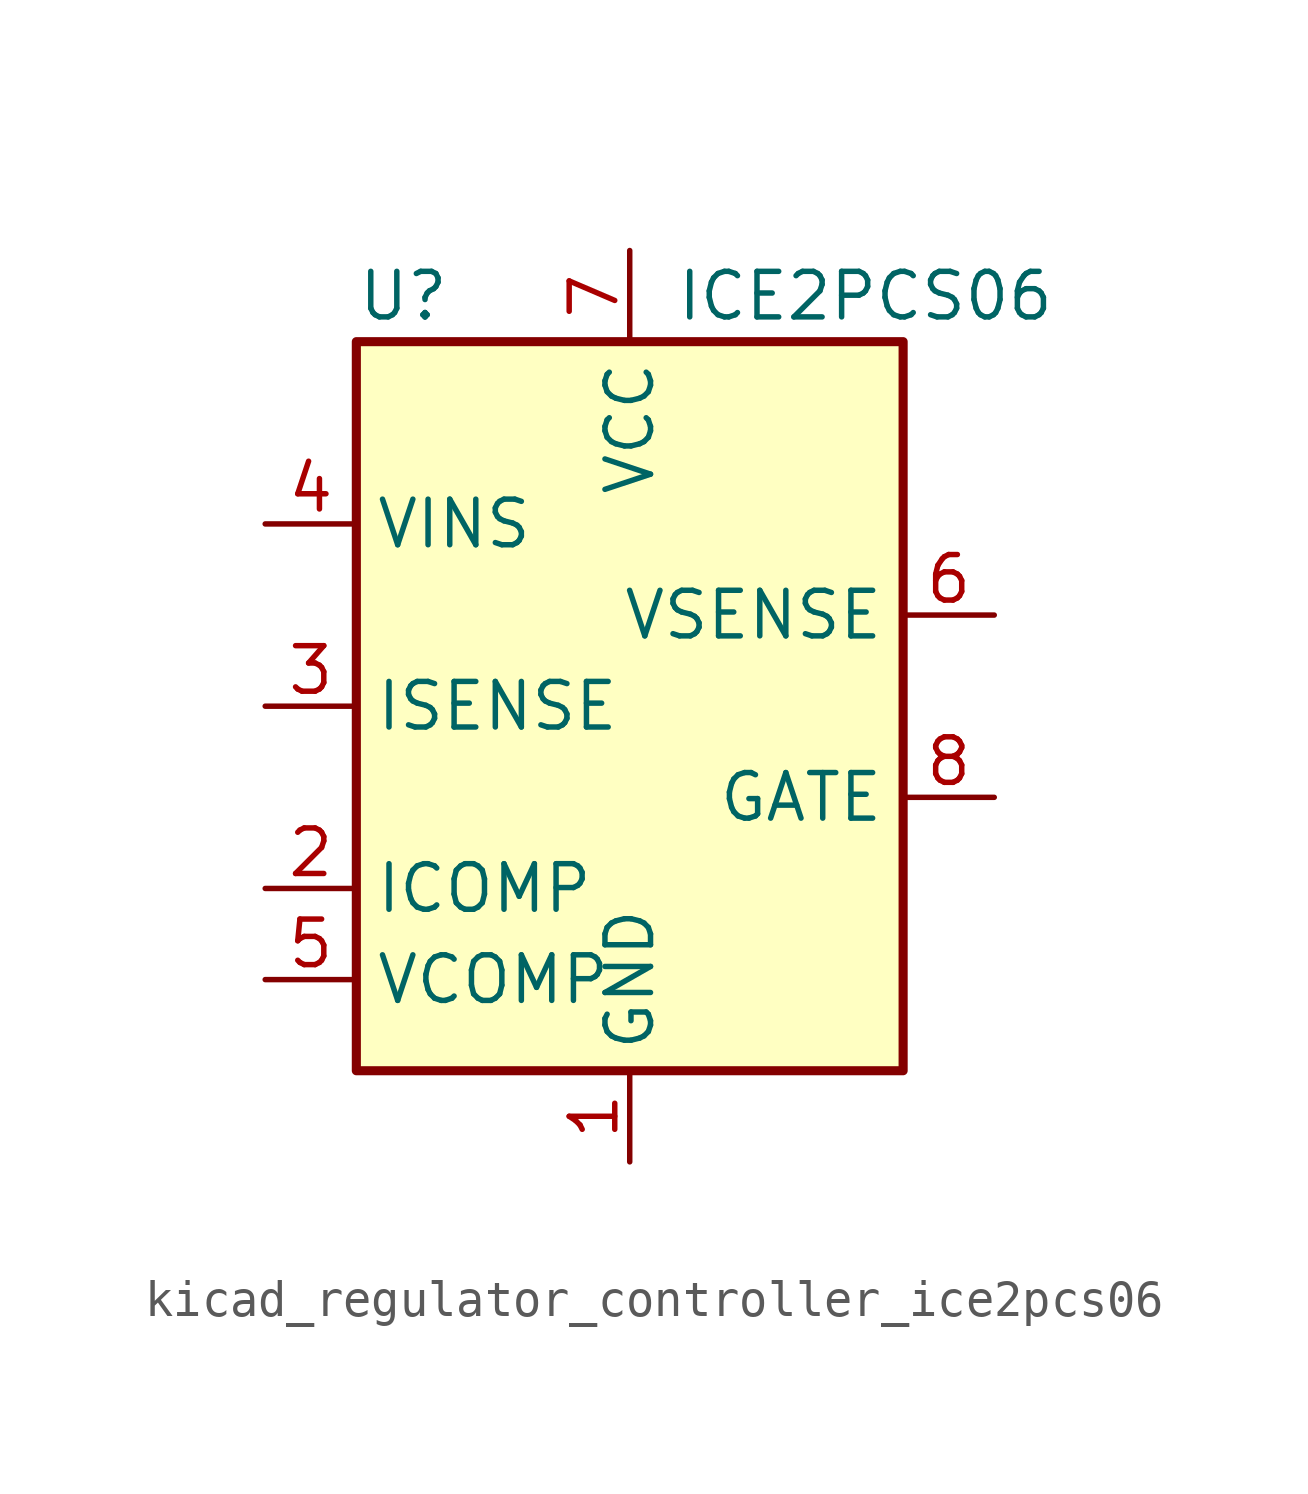
<source format=kicad_sym>
(kicad_symbol_lib
  (version 20220914)
  (generator kicad_symbol_editor)
  (symbol "kicad_regulator_controller_ice2pcs06"
    (property "Reference" "U"
      (at -7.62 11.43 0)
      (effects (font (size 1.27 1.27)) (justify left)))
    (property "Value" "ICE2PCS06"
      (at 1.27 11.43 0)
      (effects (font (size 1.27 1.27)) (justify left)))
    (symbol "kicad_regulator_controller_ice2pcs06_0_0"
      (rectangle (start -7.62 10.16) (end 7.62 -10.16) (stroke (width 0.254) (type default)) (fill (type background))))
    (symbol "kicad_regulator_controller_ice2pcs06_1_1"
      (pin power_in line (at 0 -12.7 90) (length 2.54) (name "GND" (effects (font (size 1.27 1.27)))) (number "1" (effects (font (size 1.27 1.27)))))
      (pin passive line (at -10.16 -5.08 0) (length 2.54) (name "ICOMP" (effects (font (size 1.27 1.27)))) (number "2" (effects (font (size 1.27 1.27)))))
      (pin input line (at -10.16 0 0) (length 2.54) (name "ISENSE" (effects (font (size 1.27 1.27)))) (number "3" (effects (font (size 1.27 1.27)))))
      (pin input line (at -10.16 5.08 0) (length 2.54) (name "VINS" (effects (font (size 1.27 1.27)))) (number "4" (effects (font (size 1.27 1.27)))))
      (pin passive line (at -10.16 -7.62 0) (length 2.54) (name "VCOMP" (effects (font (size 1.27 1.27)))) (number "5" (effects (font (size 1.27 1.27)))))
      (pin input line (at 10.16 2.54 180) (length 2.54) (name "VSENSE" (effects (font (size 1.27 1.27)))) (number "6" (effects (font (size 1.27 1.27)))))
      (pin power_in line (at 0 12.7 270) (length 2.54) (name "VCC" (effects (font (size 1.27 1.27)))) (number "7" (effects (font (size 1.27 1.27)))))
      (pin output line (at 10.16 -2.54 180) (length 2.54) (name "GATE" (effects (font (size 1.27 1.27)))) (number "8" (effects (font (size 1.27 1.27))))))))
</source>
